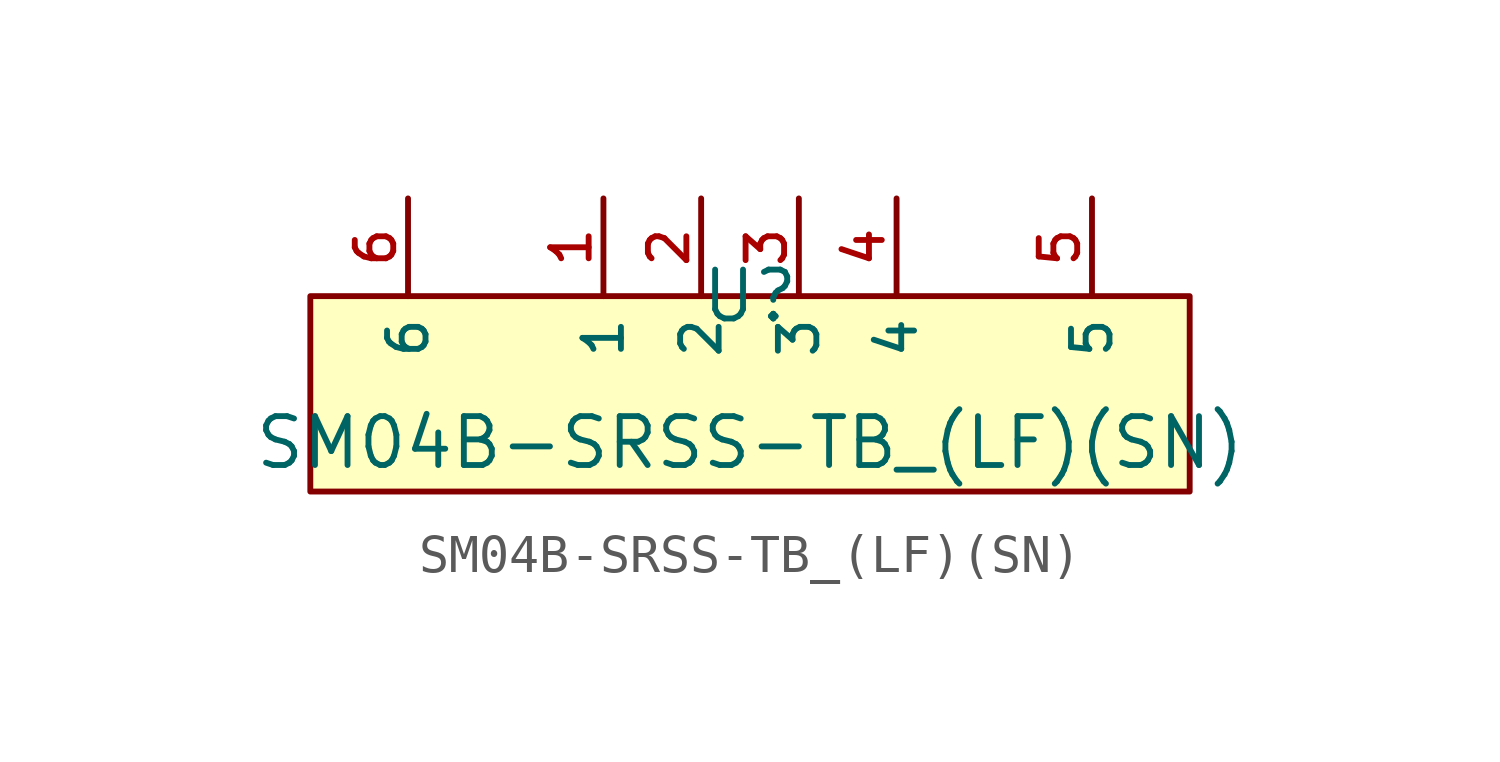
<source format=kicad_sym>
(kicad_symbol_lib
  (version 20210201)
  (generator TousstNicolas/JLC2KiCad_lib)
  (symbol "SM04B-SRSS-TB_(LF)(SN)"
    (property "Reference" "U"
      (at 0 1.27 0)
      (effects (font (size 1.27 1.27))))
    (property "Value" "SM04B-SRSS-TB_(LF)(SN)"
      (at 0 -2.54 0)
      (effects (font (size 1.27 1.27))))
    (symbol "SM04B-SRSS-TB_(LF)(SN)_0_1"
      (rectangle (start -11.43 1.27) (end 11.43 -3.81) (stroke (width 0) (type default) (color 0 0 0 0)) (fill (type background)))
      (pin unspecified line (at -3.81 3.81 270) (length 2.54) (name "1" (effects (font (size 1 1)))) (number "1" (effects (font (size 1 1)))))
      (pin unspecified line (at -1.27 3.81 270) (length 2.54) (name "2" (effects (font (size 1 1)))) (number "2" (effects (font (size 1 1)))))
      (pin unspecified line (at 1.27 3.81 270) (length 2.54) (name "3" (effects (font (size 1 1)))) (number "3" (effects (font (size 1 1)))))
      (pin unspecified line (at 3.81 3.81 270) (length 2.54) (name "4" (effects (font (size 1 1)))) (number "4" (effects (font (size 1 1)))))
      (pin unspecified line (at 8.89 3.81 270) (length 2.54) (name "5" (effects (font (size 1 1)))) (number "5" (effects (font (size 1 1)))))
      (pin unspecified line (at -8.89 3.81 270) (length 2.54) (name "6" (effects (font (size 1 1)))) (number "6" (effects (font (size 1 1))))))))
</source>
